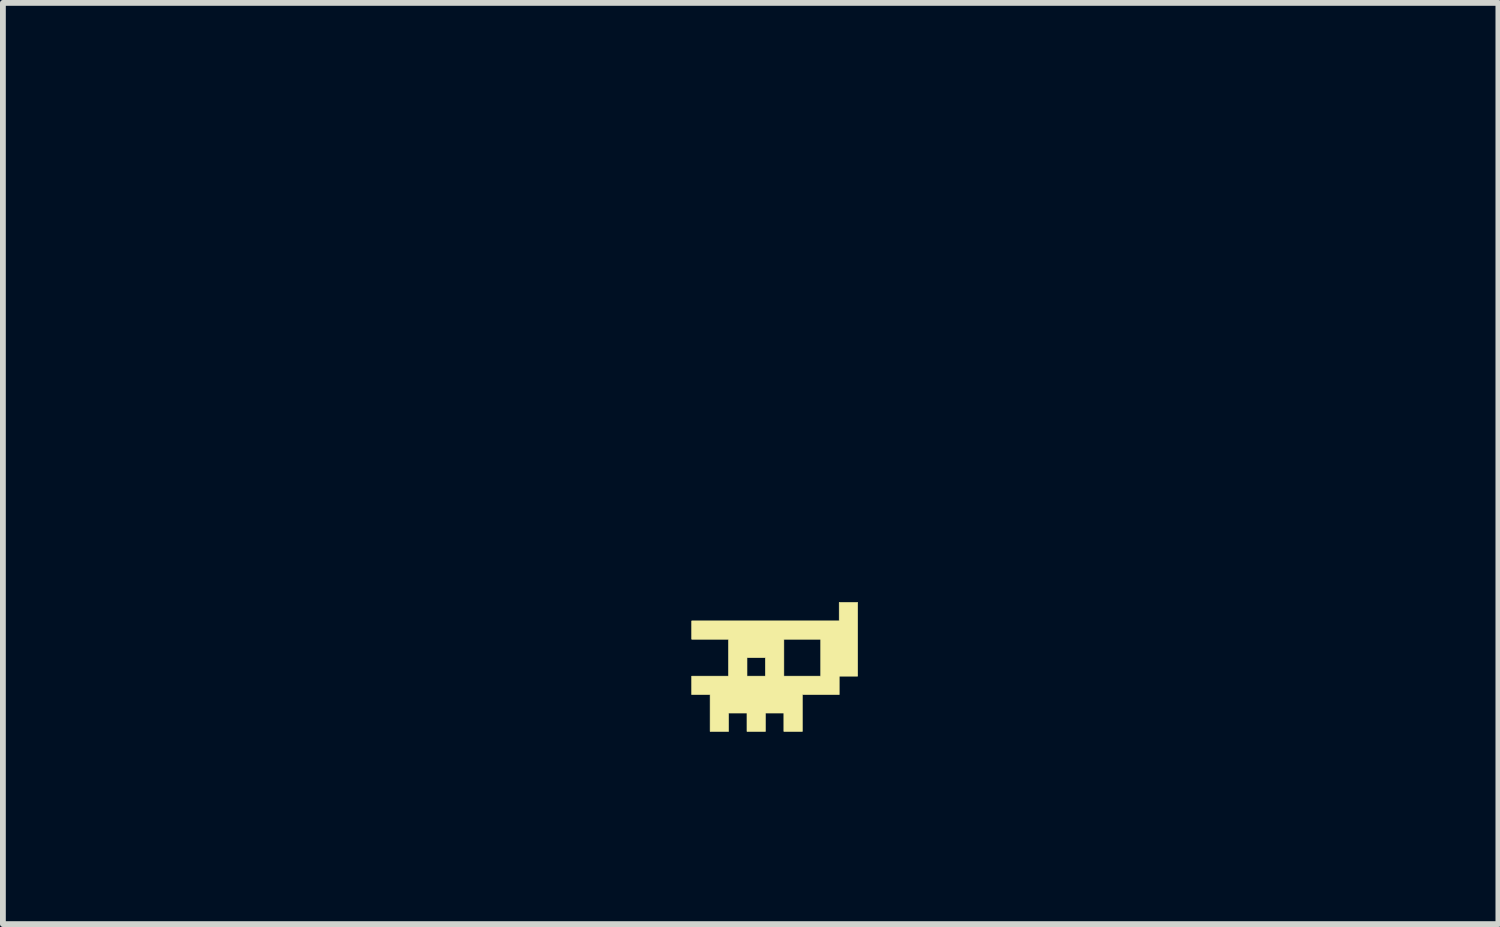
<source format=kicad_pcb>
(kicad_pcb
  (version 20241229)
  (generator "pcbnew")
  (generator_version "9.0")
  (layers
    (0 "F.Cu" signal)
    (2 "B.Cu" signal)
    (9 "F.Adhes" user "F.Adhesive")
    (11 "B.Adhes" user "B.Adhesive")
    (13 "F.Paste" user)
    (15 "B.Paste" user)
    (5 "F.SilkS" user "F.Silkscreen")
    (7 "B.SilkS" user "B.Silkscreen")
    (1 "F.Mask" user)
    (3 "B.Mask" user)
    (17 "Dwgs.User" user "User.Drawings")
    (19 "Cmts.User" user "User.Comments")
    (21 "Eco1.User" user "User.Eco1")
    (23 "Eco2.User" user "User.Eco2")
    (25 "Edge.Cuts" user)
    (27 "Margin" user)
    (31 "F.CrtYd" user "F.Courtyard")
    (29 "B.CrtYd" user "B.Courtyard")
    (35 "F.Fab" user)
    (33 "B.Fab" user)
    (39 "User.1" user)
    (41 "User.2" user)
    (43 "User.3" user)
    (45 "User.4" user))
  (footprint "spectre_hat_mini"
    (layer "F.Cu")
    (at 10.449 6.689)
    (property "Reference" "spectre_hat_mini" (at -0.572 -5.271 0) (layer "F.Mask") (effects (font (size 1.524 1.524) (thickness 0.3))))
    (attr through_hole)
    (fp_rect (start -2.862 -0.959) (end -2.544 -0.64) (stroke (width 0.01) (type solid)) (fill yes) (layer "F.Mask"))
    (fp_rect (start -2.862 -0.323) (end -2.544 -0.004) (stroke (width 0.01) (type solid)) (fill yes) (layer "F.Mask"))
    (fp_rect (start -2.862 0.314) (end -2.544 0.631) (stroke (width 0.01) (type solid)) (fill yes) (layer "F.Mask"))
    (fp_rect (start -2.862 0.95) (end -2.544 1.268) (stroke (width 0.01) (type solid)) (fill yes) (layer "F.Mask"))
    (fp_rect (start -2.544 -1.276) (end -2.226 -0.959) (stroke (width 0.01) (type solid)) (fill yes) (layer "F.Mask"))
    (fp_rect (start -2.544 -0.64) (end -2.226 -0.323) (stroke (width 0.01) (type solid)) (fill yes) (layer "F.Mask"))
    (fp_rect (start -2.544 -0.004) (end -2.226 0.314) (stroke (width 0.01) (type solid)) (fill yes) (layer "F.Mask"))
    (fp_rect (start -2.544 0.631) (end -2.226 0.95) (stroke (width 0.01) (type solid)) (fill yes) (layer "F.Mask"))
    (fp_rect (start -2.544 1.268) (end -2.226 1.585) (stroke (width 0.01) (type solid)) (fill yes) (layer "F.Mask"))
    (fp_rect (start -2.226 -1.595) (end -1.908 -1.276) (stroke (width 0.01) (type solid)) (fill yes) (layer "F.Mask"))
    (fp_rect (start -2.226 -0.959) (end -1.908 -0.64) (stroke (width 0.01) (type solid)) (fill yes) (layer "F.Mask"))
    (fp_rect (start -2.226 -0.64) (end -1.908 -0.323) (stroke (width 0.01) (type solid)) (fill yes) (layer "F.Mask"))
    (fp_rect (start -2.226 0.314) (end -1.908 0.631) (stroke (width 0.01) (type solid)) (fill yes) (layer "F.Mask"))
    (fp_rect (start -2.226 0.631) (end -1.908 0.95) (stroke (width 0.01) (type solid)) (fill yes) (layer "F.Mask"))
    (fp_rect (start -2.226 0.95) (end -1.908 1.268) (stroke (width 0.01) (type solid)) (fill yes) (layer "F.Mask"))
    (fp_rect (start -2.226 1.268) (end -1.908 1.585) (stroke (width 0.01) (type solid)) (fill yes) (layer "F.Mask"))
    (fp_rect (start -2.226 1.585) (end -1.908 1.903) (stroke (width 0.01) (type solid)) (fill yes) (layer "F.Mask"))
    (fp_rect (start -1.908 -1.913) (end -1.59 -1.595) (stroke (width 0.01) (type solid)) (fill yes) (layer "F.Mask"))
    (fp_rect (start -1.908 -1.276) (end -1.59 -0.959) (stroke (width 0.01) (type solid)) (fill yes) (layer "F.Mask"))
    (fp_rect (start -1.908 -0.959) (end -1.59 -0.64) (stroke (width 0.01) (type solid)) (fill yes) (layer "F.Mask"))
    (fp_rect (start -1.272 -2.549) (end -0.954 -2.231) (stroke (width 0.01) (type solid)) (fill yes) (layer "F.Mask"))
    (fp_rect (start -0.954 -2.866) (end -0.636 -2.549) (stroke (width 0.01) (type solid)) (fill yes) (layer "F.Mask"))
    (fp_rect (start -0.636 -2.549) (end -0.318 -2.231) (stroke (width 0.01) (type solid)) (fill yes) (layer "F.Mask"))
    (fp_rect (start -0.318 -2.866) (end 0 -2.549) (stroke (width 0.01) (type solid)) (fill yes) (layer "F.Mask"))
    (fp_rect (start -0.318 -2.549) (end 0 -2.231) (stroke (width 0.01) (type solid)) (fill yes) (layer "F.Mask"))
    (fp_rect (start 0 -3.184) (end 0.318 -2.866) (stroke (width 0.01) (type solid)) (fill yes) (layer "F.Mask"))
    (fp_rect (start 0 -2.549) (end 0.318 -2.231) (stroke (width 0.01) (type solid)) (fill yes) (layer "F.Mask"))
    (fp_rect (start 0.318 -2.866) (end 0.636 -2.549) (stroke (width 0.01) (type solid)) (fill yes) (layer "F.Mask"))
    (fp_rect (start 0.636 -2.549) (end 0.954 -2.231) (stroke (width 0.01) (type solid)) (fill yes) (layer "F.Mask"))
    (fp_rect (start 0.636 2.539) (end 0.954 2.857) (stroke (width 0.01) (type solid)) (fill yes) (layer "F.Mask"))
    (fp_rect (start 0.954 -2.866) (end 1.272 -2.549) (stroke (width 0.01) (type solid)) (fill yes) (layer "F.Mask"))
    (fp_rect (start 0.954 -2.549) (end 1.272 -2.231) (stroke (width 0.01) (type solid)) (fill yes) (layer "F.Mask"))
    (fp_rect (start 0.954 -2.231) (end 1.272 -1.913) (stroke (width 0.01) (type solid)) (fill yes) (layer "F.Mask"))
    (fp_rect (start 1.272 -3.184) (end 1.59 -2.866) (stroke (width 0.01) (type solid)) (fill yes) (layer "F.Mask"))
    (fp_rect (start 1.272 -2.549) (end 1.59 -2.231) (stroke (width 0.01) (type solid)) (fill yes) (layer "F.Mask"))
    (fp_rect (start 1.272 -2.231) (end 1.59 -1.913) (stroke (width 0.01) (type solid)) (fill yes) (layer "F.Mask"))
    (fp_rect (start 1.272 -1.913) (end 1.59 -1.595) (stroke (width 0.01) (type solid)) (fill yes) (layer "F.Mask"))
    (fp_rect (start 1.272 -1.595) (end 1.59 -1.276) (stroke (width 0.01) (type solid)) (fill yes) (layer "F.Mask"))
    (fp_rect (start 1.272 -1.276) (end 1.59 -0.959) (stroke (width 0.01) (type solid)) (fill yes) (layer "F.Mask"))
    (fp_rect (start 1.272 -0.959) (end 1.59 -0.64) (stroke (width 0.01) (type solid)) (fill yes) (layer "F.Mask"))
    (fp_rect (start 1.272 2.221) (end 1.59 2.539) (stroke (width 0.01) (type solid)) (fill yes) (layer "F.Mask"))
    (fp_rect (start 1.589 -0.959) (end 1.907 -0.641) (stroke (width 0.01) (type solid)) (fill yes) (layer "F.Mask"))
    (fp_rect (start 1.589 -0.641) (end 1.907 -0.323) (stroke (width 0.01) (type solid)) (fill yes) (layer "F.Mask"))
    (fp_rect (start 1.59 -2.866) (end 1.908 -2.549) (stroke (width 0.01) (type solid)) (fill yes) (layer "F.Mask"))
    (fp_rect (start 1.59 -2.231) (end 1.908 -1.913) (stroke (width 0.01) (type solid)) (fill yes) (layer "F.Mask"))
    (fp_rect (start 1.59 -1.913) (end 1.908 -1.595) (stroke (width 0.01) (type solid)) (fill yes) (layer "F.Mask"))
    (fp_rect (start 1.59 -1.595) (end 1.908 -1.276) (stroke (width 0.01) (type solid)) (fill yes) (layer "F.Mask"))
    (fp_rect (start 1.59 -1.276) (end 1.908 -0.959) (stroke (width 0.01) (type solid)) (fill yes) (layer "F.Mask"))
    (fp_rect (start 1.59 0.314) (end 1.908 0.631) (stroke (width 0.01) (type solid)) (fill yes) (layer "F.Mask"))
    (fp_rect (start 1.59 0.631) (end 1.908 0.95) (stroke (width 0.01) (type solid)) (fill yes) (layer "F.Mask"))
    (fp_rect (start 1.59 0.95) (end 1.908 1.268) (stroke (width 0.01) (type solid)) (fill yes) (layer "F.Mask"))
    (fp_rect (start 1.59 1.268) (end 1.908 1.585) (stroke (width 0.01) (type solid)) (fill yes) (layer "F.Mask"))
    (fp_rect (start 1.59 1.585) (end 1.908 1.903) (stroke (width 0.01) (type solid)) (fill yes) (layer "F.Mask"))
    (fp_rect (start 1.907 -1.277) (end 2.225 -0.959) (stroke (width 0.01) (type solid)) (fill yes) (layer "F.Mask"))
    (fp_rect (start 1.908 -2.549) (end 2.226 -2.231) (stroke (width 0.01) (type solid)) (fill yes) (layer "F.Mask"))
    (fp_rect (start 1.908 -2.231) (end 2.226 -1.913) (stroke (width 0.01) (type solid)) (fill yes) (layer "F.Mask"))
    (fp_rect (start 1.908 -1.913) (end 2.226 -1.595) (stroke (width 0.01) (type solid)) (fill yes) (layer "F.Mask"))
    (fp_rect (start 1.908 -1.595) (end 2.226 -1.276) (stroke (width 0.01) (type solid)) (fill yes) (layer "F.Mask"))
    (fp_rect (start 1.908 -0.64) (end 2.226 -0.323) (stroke (width 0.01) (type solid)) (fill yes) (layer "F.Mask"))
    (fp_rect (start 1.908 -0.323) (end 2.226 -0.004) (stroke (width 0.01) (type solid)) (fill yes) (layer "F.Mask"))
    (fp_rect (start 1.908 -0.004) (end 2.226 0.314) (stroke (width 0.01) (type solid)) (fill yes) (layer "F.Mask"))
    (fp_rect (start 1.908 0.631) (end 2.226 0.95) (stroke (width 0.01) (type solid)) (fill yes) (layer "F.Mask"))
    (fp_rect (start 1.908 1.268) (end 2.226 1.585) (stroke (width 0.01) (type solid)) (fill yes) (layer "F.Mask"))
    (fp_rect (start 2.225 -1.595) (end 2.543 -1.277) (stroke (width 0.01) (type solid)) (fill yes) (layer "F.Mask"))
    (fp_rect (start 2.226 -2.866) (end 2.544 -2.549) (stroke (width 0.01) (type solid)) (fill yes) (layer "F.Mask"))
    (fp_rect (start 2.226 -2.231) (end 2.544 -1.913) (stroke (width 0.01) (type solid)) (fill yes) (layer "F.Mask"))
    (fp_rect (start 2.226 -0.959) (end 2.544 -0.64) (stroke (width 0.01) (type solid)) (fill yes) (layer "F.Mask"))
    (fp_rect (start 2.226 0.314) (end 2.544 0.631) (stroke (width 0.01) (type solid)) (fill yes) (layer "F.Mask"))
    (fp_rect (start 2.226 0.95) (end 2.544 1.268) (stroke (width 0.01) (type solid)) (fill yes) (layer "F.Mask"))
    (fp_rect (start 2.543 -1.913) (end 2.861 -1.595) (stroke (width 0.01) (type solid)) (fill yes) (layer "F.Mask"))
    (fp_rect (start 2.544 -3.184) (end 2.862 -2.866) (stroke (width 0.01) (type solid)) (fill yes) (layer "F.Mask"))
    (fp_rect (start 2.544 -2.549) (end 2.862 -2.231) (stroke (width 0.01) (type solid)) (fill yes) (layer "F.Mask"))
    (fp_rect (start 2.544 -1.276) (end 2.862 -0.959) (stroke (width 0.01) (type solid)) (fill yes) (layer "F.Mask"))
    (fp_rect (start 2.861 -2.231) (end 3.179 -1.913) (stroke (width 0.01) (type solid)) (fill yes) (layer "F.Mask"))
    (fp_rect (start 2.862 -2.866) (end 3.18 -2.549) (stroke (width 0.01) (type solid)) (fill yes) (layer "F.Mask"))
    (fp_poly (pts (xy 1.27 1.905) (xy 0.953 1.905) (xy 0.953 2.223) (xy 0.318 2.223) (xy 0.318 2.857) (xy 0 2.857) (xy 0 2.54) (xy -0.318 2.54) (xy -0.318 2.857) (xy -0.635 2.857) (xy -0.635 2.54) (xy -0.953 2.54) (xy -0.953 2.857) (xy -1.27 2.857) (xy -1.27 2.223) (xy -1.587 2.223) (xy -1.587 1.905) (xy -0.953 1.905) (xy -0.953 1.587) (xy -0.635 1.587) (xy -0.635 1.905) (xy -0.318 1.905) (xy -0.318 1.587) (xy -0.635 1.587) (xy -0.953 1.587) (xy -0.953 1.27) (xy 0 1.27) (xy 0 1.905) (xy 0.635 1.905) (xy 0.635 1.27) (xy 0 1.27) (xy -0.953 1.27) (xy -1.587 1.27) (xy -1.587 0.953) (xy 0.953 0.953) (xy 0.953 0.635) (xy 1.27 0.635) (xy 1.27 1.905)) (stroke (width 0.01) (type solid)) (fill yes) (layer "F.SilkS"))
    (zone (net_name "") (layer "F.Cu") (hatch edge 0.508) (connect_pads) (min_thickness 0.254) (filled_areas_thickness no) (keepout (tracks not_allowed) (vias not_allowed) (pads not_allowed) (copperpour not_allowed) (footprints allowed)) (placement (enabled no)) (fill) (polygon (pts (xy 10.131 8.594) (xy 9.814 8.594) (xy 9.814 8.276) (xy 10.131 8.276))))
    (zone (net_name "") (layer "F.Cu") (hatch edge 0.508) (connect_pads) (min_thickness 0.254) (filled_areas_thickness no) (keepout (tracks not_allowed) (vias not_allowed) (pads not_allowed) (copperpour not_allowed) (footprints allowed)) (placement (enabled no)) (fill) (polygon (pts (xy 11.084 8.594) (xy 10.449 8.594) (xy 10.449 7.959) (xy 11.084 7.959))))
    (zone (net_name "") (layer "F.Cu") (hatch edge 0.508) (connect_pads) (min_thickness 0.254) (filled_areas_thickness no) (keepout (tracks not_allowed) (vias not_allowed) (pads not_allowed) (copperpour not_allowed) (footprints allowed)) (placement (enabled no)) (fill) (polygon (pts (xy 11.401 4.784) (xy 11.719 4.784) (xy 11.719 6.054) (xy 12.036 6.054) (xy 12.036 6.371) (xy 12.354 6.371) (xy 12.354 7.006) (xy 12.036 7.006) (xy 12.036 8.911) (xy 11.719 8.911) (xy 11.719 9.229) (xy 11.084 9.229) (xy 11.084 9.864) (xy 8.861 9.864) (xy 8.861 9.229) (xy 8.544 9.229) (xy 8.544 7.641) (xy 8.861 7.641) (xy 8.861 7.959) (xy 9.496 7.959) (xy 9.496 8.594) (xy 8.861 8.594) (xy 8.861 8.911) (xy 9.179 8.911) (xy 9.179 9.546) (xy 9.496 9.546) (xy 9.496 9.229) (xy 9.814 9.229) (xy 9.814 9.546) (xy 10.131 9.546) (xy 10.131 9.229) (xy 10.449 9.229) (xy 10.449 9.546) (xy 10.766 9.546) (xy 10.766 8.911) (xy 11.401 8.911) (xy 11.401 8.594) (xy 11.719 8.594) (xy 11.719 7.324) (xy 11.401 7.324) (xy 11.401 7.641) (xy 8.861 7.641) (xy 8.544 7.641) (xy 8.544 7.006) (xy 8.226 7.006) (xy 8.226 6.371) (xy 8.544 6.371) (xy 8.544 6.054) (xy 8.861 6.054) (xy 8.861 4.784) (xy 9.179 4.784) (xy 9.179 4.466) (xy 11.401 4.466)))))
  (gr_rect
    (start -3 -3)
    (end 22.754 12.864)
    (stroke (width 0.1) (type default))
    (fill no)
    (layer "Edge.Cuts")))
</source>
